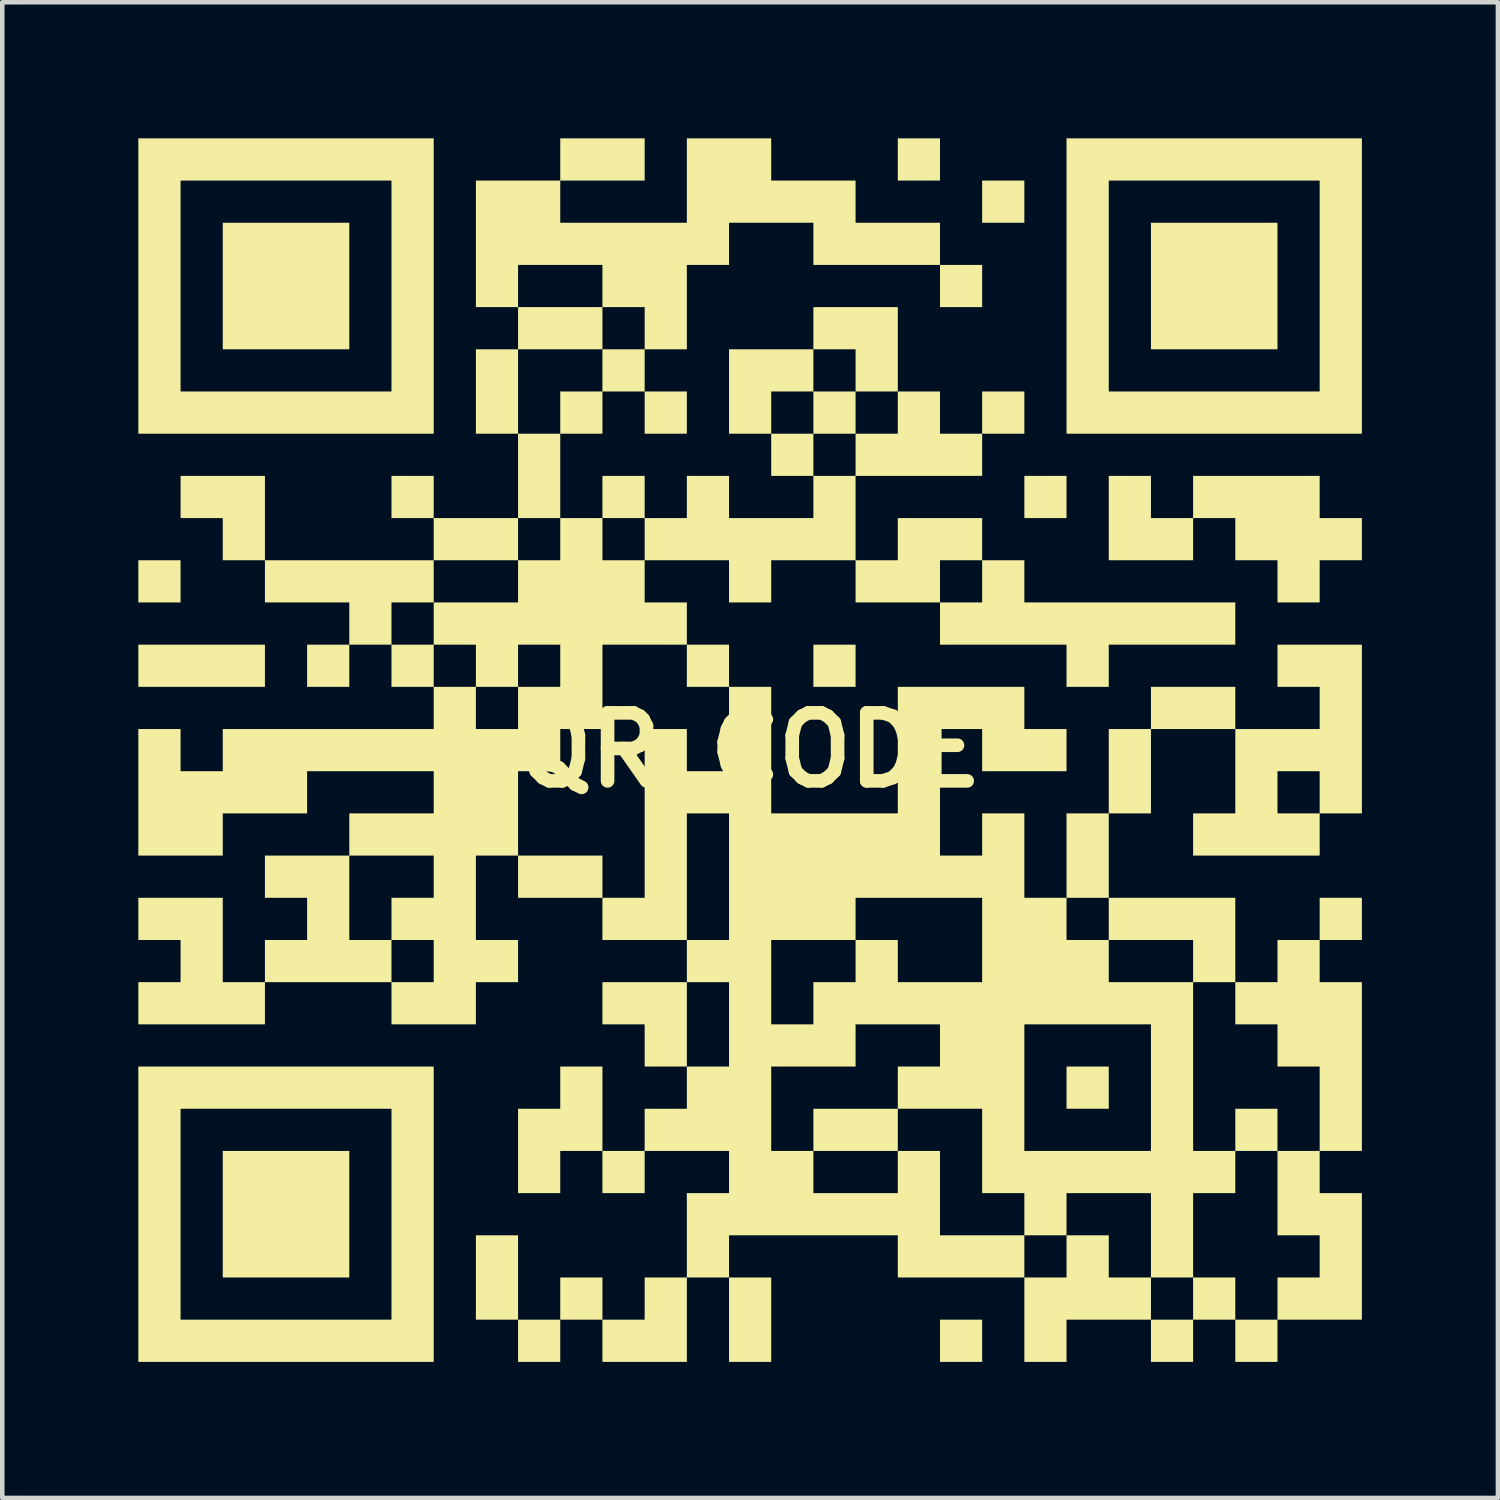
<source format=kicad_pcb>
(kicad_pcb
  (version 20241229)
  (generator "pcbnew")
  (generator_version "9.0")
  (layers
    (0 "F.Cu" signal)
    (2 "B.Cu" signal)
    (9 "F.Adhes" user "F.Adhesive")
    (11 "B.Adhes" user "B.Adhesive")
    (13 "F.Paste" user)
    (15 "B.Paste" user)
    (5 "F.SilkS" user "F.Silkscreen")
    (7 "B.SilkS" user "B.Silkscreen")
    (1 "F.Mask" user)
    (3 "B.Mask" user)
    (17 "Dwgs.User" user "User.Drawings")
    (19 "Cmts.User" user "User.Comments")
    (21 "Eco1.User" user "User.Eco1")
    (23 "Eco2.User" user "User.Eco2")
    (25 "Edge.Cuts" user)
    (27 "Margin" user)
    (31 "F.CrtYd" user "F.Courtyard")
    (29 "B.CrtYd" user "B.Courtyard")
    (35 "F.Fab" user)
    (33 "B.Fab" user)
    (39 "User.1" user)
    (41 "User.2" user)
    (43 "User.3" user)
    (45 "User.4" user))
  (footprint "QR_CODE"
    (layer "F.Cu")
    (at 13.488 13.488)
    (property "Reference" "QR_CODE" (at 0 0 0) (layer "F.SilkS") (effects (font (size 1.5 1.5) (thickness 0.3))))
    (attr board_only exclude_from_pos_files exclude_from_bom)
    (fp_poly (pts (xy -12.557 -3.721) (xy -12.557 -3.256) (xy -13.023 -3.256) (xy -13.488 -3.256) (xy -13.488 -3.721) (xy -13.488 -4.186) (xy -13.023 -4.186) (xy -12.557 -4.186)) (stroke (width 0) (type solid)) (fill yes) (layer "F.SilkS"))
    (fp_poly (pts (xy -10.697 -1.86) (xy -10.697 -1.395) (xy -12.092 -1.395) (xy -13.488 -1.395) (xy -13.488 -1.86) (xy -13.488 -2.325) (xy -12.092 -2.325) (xy -10.697 -2.325)) (stroke (width 0) (type solid)) (fill yes) (layer "F.SilkS"))
    (fp_poly (pts (xy -8.837 -10.232) (xy -8.837 -8.837) (xy -10.232 -8.837) (xy -11.627 -8.837) (xy -11.627 -10.232) (xy -11.627 -11.627) (xy -10.232 -11.627) (xy -8.837 -11.627)) (stroke (width 0) (type solid)) (fill yes) (layer "F.SilkS"))
    (fp_poly (pts (xy -8.837 10.232) (xy -8.837 11.627) (xy -10.232 11.627) (xy -11.627 11.627) (xy -11.627 10.232) (xy -11.627 8.837) (xy -10.232 8.837) (xy -8.837 8.837)) (stroke (width 0) (type solid)) (fill yes) (layer "F.SilkS"))
    (fp_poly (pts (xy -1.395 -7.441) (xy -1.395 -6.976) (xy -1.86 -6.976) (xy -2.325 -6.976) (xy -2.325 -7.441) (xy -2.325 -7.907) (xy -1.86 -7.907) (xy -1.395 -7.907)) (stroke (width 0) (type solid)) (fill yes) (layer "F.SilkS"))
    (fp_poly (pts (xy -0.465 -1.86) (xy -0.465 -1.395) (xy -0.93 -1.395) (xy -1.395 -1.395) (xy -1.395 -1.86) (xy -1.395 -2.325) (xy -0.93 -2.325) (xy -0.465 -2.325)) (stroke (width 0) (type solid)) (fill yes) (layer "F.SilkS"))
    (fp_poly (pts (xy 0.465 12.557) (xy 0.465 13.488) (xy 0 13.488) (xy -0.465 13.488) (xy -0.465 12.557) (xy -0.465 11.627) (xy 0 11.627) (xy 0.465 11.627)) (stroke (width 0) (type solid)) (fill yes) (layer "F.SilkS"))
    (fp_poly (pts (xy 2.325 -7.441) (xy 2.325 -6.976) (xy 1.86 -6.976) (xy 1.395 -6.976) (xy 1.395 -7.441) (xy 1.395 -7.907) (xy 1.86 -7.907) (xy 2.325 -7.907)) (stroke (width 0) (type solid)) (fill yes) (layer "F.SilkS"))
    (fp_poly (pts (xy 2.325 -1.86) (xy 2.325 -1.395) (xy 1.86 -1.395) (xy 1.395 -1.395) (xy 1.395 -1.86) (xy 1.395 -2.325) (xy 1.86 -2.325) (xy 2.325 -2.325)) (stroke (width 0) (type solid)) (fill yes) (layer "F.SilkS"))
    (fp_poly (pts (xy 3.256 8.372) (xy 3.256 8.837) (xy 2.325 8.837) (xy 1.395 8.837) (xy 1.395 8.372) (xy 1.395 7.907) (xy 2.325 7.907) (xy 3.256 7.907)) (stroke (width 0) (type solid)) (fill yes) (layer "F.SilkS"))
    (fp_poly (pts (xy 4.186 -13.023) (xy 4.186 -12.557) (xy 3.721 -12.557) (xy 3.256 -12.557) (xy 3.256 -13.023) (xy 3.256 -13.488) (xy 3.721 -13.488) (xy 4.186 -13.488)) (stroke (width 0) (type solid)) (fill yes) (layer "F.SilkS"))
    (fp_poly (pts (xy 5.116 -10.232) (xy 5.116 -9.767) (xy 4.651 -9.767) (xy 4.186 -9.767) (xy 4.186 -10.232) (xy 4.186 -10.697) (xy 4.651 -10.697) (xy 5.116 -10.697)) (stroke (width 0) (type solid)) (fill yes) (layer "F.SilkS"))
    (fp_poly (pts (xy 5.116 13.023) (xy 5.116 13.488) (xy 4.651 13.488) (xy 4.186 13.488) (xy 4.186 13.023) (xy 4.186 12.557) (xy 4.651 12.557) (xy 5.116 12.557)) (stroke (width 0) (type solid)) (fill yes) (layer "F.SilkS"))
    (fp_poly (pts (xy 6.046 -12.092) (xy 6.046 -11.627) (xy 5.581 -11.627) (xy 5.116 -11.627) (xy 5.116 -12.092) (xy 5.116 -12.557) (xy 5.581 -12.557) (xy 6.046 -12.557)) (stroke (width 0) (type solid)) (fill yes) (layer "F.SilkS"))
    (fp_poly (pts (xy 6.976 -5.581) (xy 6.976 -5.116) (xy 6.511 -5.116) (xy 6.046 -5.116) (xy 6.046 -5.581) (xy 6.046 -6.046) (xy 6.511 -6.046) (xy 6.976 -6.046)) (stroke (width 0) (type solid)) (fill yes) (layer "F.SilkS"))
    (fp_poly (pts (xy 7.907 7.441) (xy 7.907 7.907) (xy 7.441 7.907) (xy 6.976 7.907) (xy 6.976 7.441) (xy 6.976 6.976) (xy 7.441 6.976) (xy 7.907 6.976)) (stroke (width 0) (type solid)) (fill yes) (layer "F.SilkS"))
    (fp_poly (pts (xy 11.627 -10.232) (xy 11.627 -8.837) (xy 10.232 -8.837) (xy 8.837 -8.837) (xy 8.837 -10.232) (xy 8.837 -11.627) (xy 10.232 -11.627) (xy 11.627 -11.627)) (stroke (width 0) (type solid)) (fill yes) (layer "F.SilkS"))
    (fp_poly (pts (xy 11.627 8.372) (xy 11.627 8.837) (xy 11.162 8.837) (xy 10.697 8.837) (xy 10.697 8.372) (xy 10.697 7.907) (xy 11.162 7.907) (xy 11.627 7.907)) (stroke (width 0) (type solid)) (fill yes) (layer "F.SilkS"))
    (fp_poly (pts (xy -6.976 -10.232) (xy -6.976 -6.976) (xy -10.232 -6.976) (xy -13.488 -6.976) (xy -13.488 -10.232) (xy -13.488 -12.557) (xy -12.557 -12.557) (xy -12.557 -10.232) (xy -12.557 -7.907) (xy -10.232 -7.907) (xy -7.907 -7.907) (xy -7.907 -10.232) (xy -7.907 -12.557) (xy -10.232 -12.557) (xy -12.557 -12.557) (xy -13.488 -12.557) (xy -13.488 -13.488) (xy -10.232 -13.488) (xy -6.976 -13.488)) (stroke (width 0) (type solid)) (fill yes) (layer "F.SilkS"))
    (fp_poly (pts (xy -6.976 10.232) (xy -6.976 13.488) (xy -10.232 13.488) (xy -13.488 13.488) (xy -13.488 10.232) (xy -13.488 7.907) (xy -12.557 7.907) (xy -12.557 10.232) (xy -12.557 12.557) (xy -10.232 12.557) (xy -7.907 12.557) (xy -7.907 10.232) (xy -7.907 7.907) (xy -10.232 7.907) (xy -12.557 7.907) (xy -13.488 7.907) (xy -13.488 6.976) (xy -10.232 6.976) (xy -6.976 6.976)) (stroke (width 0) (type solid)) (fill yes) (layer "F.SilkS"))
    (fp_poly (pts (xy 13.488 -10.232) (xy 13.488 -6.976) (xy 10.232 -6.976) (xy 6.976 -6.976) (xy 6.976 -10.232) (xy 6.976 -12.557) (xy 7.907 -12.557) (xy 7.907 -10.232) (xy 7.907 -7.907) (xy 10.232 -7.907) (xy 12.557 -7.907) (xy 12.557 -10.232) (xy 12.557 -12.557) (xy 10.232 -12.557) (xy 7.907 -12.557) (xy 6.976 -12.557) (xy 6.976 -13.488) (xy 10.232 -13.488) (xy 13.488 -13.488)) (stroke (width 0) (type solid)) (fill yes) (layer "F.SilkS"))
    (fp_poly (pts (xy 3.256 -8.837) (xy 3.256 -7.907) (xy 2.791 -7.907) (xy 2.325 -7.907) (xy 2.325 -8.372) (xy 2.325 -8.837) (xy 1.86 -8.837) (xy 1.395 -8.837) (xy 1.395 -8.372) (xy 1.395 -7.907) (xy 0.93 -7.907) (xy 0.465 -7.907) (xy 0.465 -7.441) (xy 0.465 -6.976) (xy 0 -6.976) (xy -0.465 -6.976) (xy -0.465 -7.907) (xy -0.465 -8.837) (xy 0.465 -8.837) (xy 1.395 -8.837) (xy 1.395 -9.302) (xy 1.395 -9.767) (xy 2.325 -9.767) (xy 3.256 -9.767)) (stroke (width 0) (type solid)) (fill yes) (layer "F.SilkS"))
    (fp_poly (pts (xy 8.837 -5.581) (xy 8.837 -5.116) (xy 9.302 -5.116) (xy 9.767 -5.116) (xy 9.767 -5.581) (xy 9.767 -6.046) (xy 11.162 -6.046) (xy 12.557 -6.046) (xy 12.557 -5.581) (xy 12.557 -5.116) (xy 13.023 -5.116) (xy 13.488 -5.116) (xy 13.488 -4.651) (xy 13.488 -4.186) (xy 13.023 -4.186) (xy 12.557 -4.186) (xy 12.557 -3.721) (xy 12.557 -3.256) (xy 12.092 -3.256) (xy 11.627 -3.256) (xy 11.627 -3.721) (xy 11.627 -4.186) (xy 11.162 -4.186) (xy 10.697 -4.186) (xy 10.697 -4.651) (xy 10.697 -5.116) (xy 10.232 -5.116) (xy 9.767 -5.116) (xy 9.767 -4.651) (xy 9.767 -4.186) (xy 8.837 -4.186) (xy 7.907 -4.186) (xy 7.907 -5.116) (xy 7.907 -6.046) (xy 8.372 -6.046) (xy 8.837 -6.046)) (stroke (width 0) (type solid)) (fill yes) (layer "F.SilkS"))
    (fp_poly (pts (xy -2.325 -13.023) (xy -2.325 -12.557) (xy -3.256 -12.557) (xy -4.186 -12.557) (xy -4.186 -12.092) (xy -4.186 -11.627) (xy -2.791 -11.627) (xy -1.395 -11.627) (xy -1.395 -12.557) (xy -1.395 -13.488) (xy -0.465 -13.488) (xy 0.465 -13.488) (xy 0.465 -13.023) (xy 0.465 -12.557) (xy 1.395 -12.557) (xy 2.325 -12.557) (xy 2.325 -12.092) (xy 2.325 -11.627) (xy 3.256 -11.627) (xy 4.186 -11.627) (xy 4.186 -11.162) (xy 4.186 -10.697) (xy 2.791 -10.697) (xy 1.395 -10.697) (xy 1.395 -11.162) (xy 1.395 -11.627) (xy 0.465 -11.627) (xy -0.465 -11.627) (xy -0.465 -11.162) (xy -0.465 -10.697) (xy -0.93 -10.697) (xy -1.395 -10.697) (xy -1.395 -9.767) (xy -1.395 -8.837) (xy -1.86 -8.837) (xy -2.325 -8.837) (xy -2.325 -8.372) (xy -2.325 -7.907) (xy -2.791 -7.907) (xy -3.256 -7.907) (xy -3.256 -7.441) (xy -3.256 -6.976) (xy -3.721 -6.976) (xy -4.186 -6.976) (xy -4.186 -6.046) (xy -4.186 -5.116) (xy -3.721 -5.116) (xy -3.256 -5.116) (xy -3.256 -4.651) (xy -3.256 -4.186) (xy -2.791 -4.186) (xy -2.325 -4.186) (xy -2.325 -4.651) (xy -2.325 -5.116) (xy -2.791 -5.116) (xy -3.256 -5.116) (xy -3.256 -5.581) (xy -3.256 -6.046) (xy -2.791 -6.046) (xy -2.325 -6.046) (xy -2.325 -5.581) (xy -2.325 -5.116) (xy -1.86 -5.116) (xy -1.395 -5.116) (xy -1.395 -5.581) (xy -1.395 -6.046) (xy -0.93 -6.046) (xy -0.465 -6.046) (xy -0.465 -5.581) (xy -0.465 -5.116) (xy 0.465 -5.116) (xy 1.395 -5.116) (xy 1.395 -5.581) (xy 1.395 -6.046) (xy 0.93 -6.046) (xy 0.465 -6.046) (xy 0.465 -6.511) (xy 0.465 -6.976) (xy 0.93 -6.976) (xy 1.395 -6.976) (xy 1.395 -6.511) (xy 1.395 -6.046) (xy 1.86 -6.046) (xy 2.325 -6.046) (xy 2.325 -6.511) (xy 2.325 -6.976) (xy 2.791 -6.976) (xy 3.256 -6.976) (xy 3.256 -7.441) (xy 3.256 -7.907) (xy 3.721 -7.907) (xy 4.186 -7.907) (xy 4.186 -7.441) (xy 4.186 -6.976) (xy 4.651 -6.976) (xy 5.116 -6.976) (xy 5.116 -7.441) (xy 5.116 -7.907) (xy 5.581 -7.907) (xy 6.046 -7.907) (xy 6.046 -7.441) (xy 6.046 -6.976) (xy 5.581 -6.976) (xy 5.116 -6.976) (xy 5.116 -6.511) (xy 5.116 -6.046) (xy 3.721 -6.046) (xy 2.325 -6.046) (xy 2.325 -5.116) (xy 2.325 -4.186) (xy 2.791 -4.186) (xy 3.256 -4.186) (xy 3.256 -4.651) (xy 3.256 -5.116) (xy 4.186 -5.116) (xy 5.116 -5.116) (xy 5.116 -4.651) (xy 5.116 -4.186) (xy 4.651 -4.186) (xy 4.186 -4.186) (xy 4.186 -3.721) (xy 4.186 -3.256) (xy 4.651 -3.256) (xy 5.116 -3.256) (xy 5.116 -3.721) (xy 5.116 -4.186) (xy 5.581 -4.186) (xy 6.046 -4.186) (xy 6.046 -3.721) (xy 6.046 -3.256) (xy 8.372 -3.256) (xy 10.697 -3.256) (xy 10.697 -2.791) (xy 10.697 -2.325) (xy 9.302 -2.325) (xy 7.907 -2.325) (xy 7.907 -1.86) (xy 7.907 -1.395) (xy 7.441 -1.395) (xy 6.976 -1.395) (xy 6.976 -1.86) (xy 6.976 -2.325) (xy 5.581 -2.325) (xy 4.186 -2.325) (xy 4.186 -2.791) (xy 4.186 -3.256) (xy 3.256 -3.256) (xy 2.325 -3.256) (xy 2.325 -3.721) (xy 2.325 -4.186) (xy 1.395 -4.186) (xy 0.465 -4.186) (xy 0.465 -3.721) (xy 0.465 -3.256) (xy 0 -3.256) (xy -0.465 -3.256) (xy -0.465 -3.721) (xy -0.465 -4.186) (xy -1.395 -4.186) (xy -2.325 -4.186) (xy -2.325 -3.721) (xy -2.325 -3.256) (xy -1.86 -3.256) (xy -1.395 -3.256) (xy -1.395 -2.791) (xy -1.395 -2.325) (xy -2.325 -2.325) (xy -3.256 -2.325) (xy -3.256 -1.395) (xy -3.256 -0.465) (xy -3.721 -0.465) (xy -4.186 -0.465) (xy -4.186 0) (xy -4.186 0.465) (xy -4.651 0.465) (xy -5.116 0.465) (xy -5.116 1.395) (xy -5.116 2.325) (xy -5.581 2.325) (xy -6.046 2.325) (xy -6.046 3.256) (xy -6.046 4.186) (xy -5.581 4.186) (xy -5.116 4.186) (xy -5.116 4.651) (xy -5.116 5.116) (xy -5.581 5.116) (xy -6.046 5.116) (xy -6.046 5.581) (xy -6.046 6.046) (xy -6.976 6.046) (xy -7.907 6.046) (xy -7.907 5.581) (xy -7.907 5.116) (xy -9.302 5.116) (xy -10.697 5.116) (xy -10.697 5.581) (xy -10.697 6.046) (xy -12.092 6.046) (xy -13.488 6.046) (xy -13.488 5.581) (xy -13.488 5.116) (xy -13.023 5.116) (xy -12.557 5.116) (xy -12.557 4.651) (xy -12.557 4.186) (xy -13.023 4.186) (xy -13.488 4.186) (xy -13.488 3.721) (xy -13.488 3.256) (xy -12.557 3.256) (xy -11.627 3.256) (xy -11.627 4.186) (xy -11.627 5.116) (xy -11.162 5.116) (xy -10.697 5.116) (xy -10.697 4.651) (xy -10.697 4.186) (xy -10.232 4.186) (xy -9.767 4.186) (xy -9.767 3.721) (xy -9.767 3.256) (xy -10.232 3.256) (xy -10.697 3.256) (xy -10.697 2.791) (xy -10.697 2.325) (xy -9.767 2.325) (xy -8.837 2.325) (xy -8.837 3.256) (xy -8.837 4.186) (xy -8.372 4.186) (xy -7.907 4.186) (xy -7.907 4.651) (xy -7.907 5.116) (xy -7.441 5.116) (xy -6.976 5.116) (xy -6.976 4.651) (xy -6.976 4.186) (xy -7.441 4.186) (xy -7.907 4.186) (xy -7.907 3.721) (xy -7.907 3.256) (xy -7.441 3.256) (xy -6.976 3.256) (xy -6.976 2.791) (xy -6.976 2.325) (xy -7.907 2.325) (xy -8.837 2.325) (xy -8.837 1.86) (xy -8.837 1.395) (xy -7.907 1.395) (xy -6.976 1.395) (xy -6.976 0.93) (xy -6.976 0.465) (xy -8.372 0.465) (xy -9.767 0.465) (xy -9.767 0.93) (xy -9.767 1.395) (xy -10.697 1.395) (xy -11.627 1.395) (xy -11.627 1.86) (xy -11.627 2.325) (xy -12.557 2.325) (xy -13.488 2.325) (xy -13.488 0.93) (xy -13.488 -0.465) (xy -13.023 -0.465) (xy -12.557 -0.465) (xy -12.557 0) (xy -12.557 0.465) (xy -12.092 0.465) (xy -11.627 0.465) (xy -11.627 0) (xy -11.627 -0.465) (xy -9.302 -0.465) (xy -6.976 -0.465) (xy -6.976 -0.93) (xy -6.976 -1.395) (xy -6.511 -1.395) (xy -6.046 -1.395) (xy -6.046 -0.93) (xy -6.046 -0.465) (xy -5.581 -0.465) (xy -5.116 -0.465) (xy -5.116 -0.93) (xy -5.116 -1.395) (xy -4.651 -1.395) (xy -4.186 -1.395) (xy -4.186 -1.86) (xy -4.186 -2.325) (xy -4.651 -2.325) (xy -5.116 -2.325) (xy -5.116 -1.86) (xy -5.116 -1.395) (xy -5.581 -1.395) (xy -6.046 -1.395) (xy -6.046 -1.86) (xy -6.046 -2.325) (xy -6.511 -2.325) (xy -6.976 -2.325) (xy -6.976 -1.86) (xy -6.976 -1.395) (xy -7.441 -1.395) (xy -7.907 -1.395) (xy -7.907 -1.86) (xy -7.907 -2.325) (xy -7.441 -2.325) (xy -6.976 -2.325) (xy -6.976 -2.791) (xy -6.976 -3.256) (xy -6.046 -3.256) (xy -5.116 -3.256) (xy -5.116 -3.721) (xy -5.116 -4.186) (xy -4.651 -4.186) (xy -4.186 -4.186) (xy -4.186 -4.651) (xy -4.186 -5.116) (xy -4.651 -5.116) (xy -5.116 -5.116) (xy -5.116 -4.651) (xy -5.116 -4.186) (xy -6.046 -4.186) (xy -6.976 -4.186) (xy -6.976 -3.721) (xy -6.976 -3.256) (xy -7.441 -3.256) (xy -7.907 -3.256) (xy -7.907 -2.791) (xy -7.907 -2.325) (xy -8.372 -2.325) (xy -8.837 -2.325) (xy -8.837 -1.86) (xy -8.837 -1.395) (xy -9.302 -1.395) (xy -9.767 -1.395) (xy -9.767 -1.86) (xy -9.767 -2.325) (xy -9.302 -2.325) (xy -8.837 -2.325) (xy -8.837 -2.791) (xy -8.837 -3.256) (xy -9.767 -3.256) (xy -10.697 -3.256) (xy -10.697 -3.721) (xy -10.697 -4.186) (xy -11.162 -4.186) (xy -11.627 -4.186) (xy -11.627 -4.651) (xy -11.627 -5.116) (xy -12.092 -5.116) (xy -12.557 -5.116) (xy -12.557 -5.581) (xy -12.557 -6.046) (xy -11.627 -6.046) (xy -10.697 -6.046) (xy -10.697 -5.116) (xy -10.697 -4.186) (xy -8.837 -4.186) (xy -6.976 -4.186) (xy -6.976 -4.651) (xy -6.976 -5.116) (xy -7.441 -5.116) (xy -7.907 -5.116) (xy -7.907 -5.581) (xy -7.907 -6.046) (xy -7.441 -6.046) (xy -6.976 -6.046) (xy -6.976 -5.581) (xy -6.976 -5.116) (xy -6.046 -5.116) (xy -5.116 -5.116) (xy -5.116 -6.046) (xy -5.116 -6.976) (xy -4.651 -6.976) (xy -4.186 -6.976) (xy -4.186 -7.441) (xy -4.186 -7.907) (xy -3.721 -7.907) (xy -3.256 -7.907) (xy -3.256 -8.372) (xy -3.256 -8.837) (xy -2.791 -8.837) (xy -2.325 -8.837) (xy -2.325 -9.302) (xy -2.325 -9.767) (xy -2.791 -9.767) (xy -3.256 -9.767) (xy -3.256 -9.302) (xy -3.256 -8.837) (xy -4.186 -8.837) (xy -5.116 -8.837) (xy -5.116 -7.907) (xy -5.116 -6.976) (xy -5.581 -6.976) (xy -6.046 -6.976) (xy -6.046 -7.907) (xy -6.046 -8.837) (xy -5.581 -8.837) (xy -5.116 -8.837) (xy -5.116 -9.302) (xy -5.116 -9.767) (xy -5.581 -9.767) (xy -6.046 -9.767) (xy -6.046 -10.697) (xy -5.116 -10.697) (xy -5.116 -10.232) (xy -5.116 -9.767) (xy -4.186 -9.767) (xy -3.256 -9.767) (xy -3.256 -10.232) (xy -3.256 -10.697) (xy -4.186 -10.697) (xy -5.116 -10.697) (xy -6.046 -10.697) (xy -6.046 -11.162) (xy -6.046 -12.557) (xy -5.116 -12.557) (xy -4.186 -12.557) (xy -4.186 -13.023) (xy -4.186 -13.488) (xy -3.256 -13.488) (xy -2.325 -13.488)) (stroke (width 0) (type solid)) (fill yes) (layer "F.SilkS"))
    (fp_poly (pts (xy 13.488 -0.465) (xy 13.488 1.395) (xy 13.023 1.395) (xy 12.557 1.395) (xy 12.557 1.86) (xy 12.557 2.325) (xy 11.162 2.325) (xy 9.767 2.325) (xy 9.767 1.86) (xy 9.767 1.395) (xy 10.232 1.395) (xy 10.697 1.395) (xy 10.697 0.465) (xy 11.627 0.465) (xy 11.627 0.93) (xy 11.627 1.395) (xy 12.092 1.395) (xy 12.557 1.395) (xy 12.557 0.93) (xy 12.557 0.465) (xy 12.092 0.465) (xy 11.627 0.465) (xy 10.697 0.465) (xy 10.697 -0.465) (xy 9.767 -0.465) (xy 8.837 -0.465) (xy 8.837 0.465) (xy 8.837 1.395) (xy 8.372 1.395) (xy 7.907 1.395) (xy 7.907 2.325) (xy 7.907 3.256) (xy 7.441 3.256) (xy 6.976 3.256) (xy 6.976 3.721) (xy 6.976 4.186) (xy 7.441 4.186) (xy 7.907 4.186) (xy 7.907 4.651) (xy 7.907 5.116) (xy 8.837 5.116) (xy 9.767 5.116) (xy 9.767 4.651) (xy 9.767 4.186) (xy 8.837 4.186) (xy 7.907 4.186) (xy 7.907 3.721) (xy 7.907 3.256) (xy 9.302 3.256) (xy 10.697 3.256) (xy 10.697 4.186) (xy 10.697 5.116) (xy 11.162 5.116) (xy 11.627 5.116) (xy 11.627 4.651) (xy 11.627 4.186) (xy 12.092 4.186) (xy 12.557 4.186) (xy 12.557 3.721) (xy 12.557 3.256) (xy 13.023 3.256) (xy 13.488 3.256) (xy 13.488 3.721) (xy 13.488 4.186) (xy 13.023 4.186) (xy 12.557 4.186) (xy 12.557 4.651) (xy 12.557 5.116) (xy 13.023 5.116) (xy 13.488 5.116) (xy 13.488 6.976) (xy 13.488 8.837) (xy 13.023 8.837) (xy 12.557 8.837) (xy 12.557 9.302) (xy 12.557 9.767) (xy 13.023 9.767) (xy 13.488 9.767) (xy 13.488 11.162) (xy 13.488 12.557) (xy 12.557 12.557) (xy 11.627 12.557) (xy 11.627 13.023) (xy 11.627 13.488) (xy 11.162 13.488) (xy 10.697 13.488) (xy 10.697 13.023) (xy 10.697 12.557) (xy 10.232 12.557) (xy 9.767 12.557) (xy 9.767 13.023) (xy 9.767 13.488) (xy 9.302 13.488) (xy 8.837 13.488) (xy 8.837 13.023) (xy 8.837 12.557) (xy 7.907 12.557) (xy 6.976 12.557) (xy 6.976 13.023) (xy 6.976 13.488) (xy 6.511 13.488) (xy 6.046 13.488) (xy 6.046 12.557) (xy 6.046 11.627) (xy 4.651 11.627) (xy 3.256 11.627) (xy 3.256 11.162) (xy 3.256 10.697) (xy 1.395 10.697) (xy -0.465 10.697) (xy -0.465 11.162) (xy -0.465 11.627) (xy -0.93 11.627) (xy -1.395 11.627) (xy -1.395 12.557) (xy -1.395 13.488) (xy -2.325 13.488) (xy -3.256 13.488) (xy -3.256 13.023) (xy -3.256 12.557) (xy -3.721 12.557) (xy -4.186 12.557) (xy -4.186 13.023) (xy -4.186 13.488) (xy -4.651 13.488) (xy -5.116 13.488) (xy -5.116 13.023) (xy -5.116 12.557) (xy -5.581 12.557) (xy -6.046 12.557) (xy -6.046 11.627) (xy -6.046 10.697) (xy -5.581 10.697) (xy -5.116 10.697) (xy -5.116 11.627) (xy -5.116 12.557) (xy -4.651 12.557) (xy -4.186 12.557) (xy -4.186 12.092) (xy -4.186 11.627) (xy -3.721 11.627) (xy -3.256 11.627) (xy -3.256 12.092) (xy -3.256 12.557) (xy -2.791 12.557) (xy -2.325 12.557) (xy -2.325 12.092) (xy -2.325 11.627) (xy -1.86 11.627) (xy -1.395 11.627) (xy -1.395 10.697) (xy -1.395 9.767) (xy -0.93 9.767) (xy -0.465 9.767) (xy -0.465 9.302) (xy -0.465 8.837) (xy 0.465 8.837) (xy 0.93 8.837) (xy 1.395 8.837) (xy 1.395 9.302) (xy 1.395 9.767) (xy 2.325 9.767) (xy 3.256 9.767) (xy 3.256 9.302) (xy 3.256 8.837) (xy 3.721 8.837) (xy 4.186 8.837) (xy 4.186 9.767) (xy 4.186 10.697) (xy 5.116 10.697) (xy 6.046 10.697) (xy 6.046 11.162) (xy 6.046 11.627) (xy 6.511 11.627) (xy 6.976 11.627) (xy 6.976 11.162) (xy 6.976 10.697) (xy 7.441 10.697) (xy 7.907 10.697) (xy 7.907 11.162) (xy 7.907 11.627) (xy 8.372 11.627) (xy 8.837 11.627) (xy 8.837 12.092) (xy 8.837 12.557) (xy 9.302 12.557) (xy 9.767 12.557) (xy 9.767 12.092) (xy 9.767 11.627) (xy 10.232 11.627) (xy 10.697 11.627) (xy 10.697 12.092) (xy 10.697 12.557) (xy 11.162 12.557) (xy 11.627 12.557) (xy 11.627 12.092) (xy 11.627 11.627) (xy 12.092 11.627) (xy 12.557 11.627) (xy 12.557 11.162) (xy 12.557 10.697) (xy 12.092 10.697) (xy 11.627 10.697) (xy 11.627 9.767) (xy 11.627 8.837) (xy 12.092 8.837) (xy 12.557 8.837) (xy 12.557 7.907) (xy 12.557 6.976) (xy 12.092 6.976) (xy 11.627 6.976) (xy 11.627 6.511) (xy 11.627 6.046) (xy 11.162 6.046) (xy 10.697 6.046) (xy 10.697 5.581) (xy 10.697 5.116) (xy 10.232 5.116) (xy 9.767 5.116) (xy 9.767 6.976) (xy 9.767 8.837) (xy 10.232 8.837) (xy 10.697 8.837) (xy 10.697 9.302) (xy 10.697 9.767) (xy 10.232 9.767) (xy 9.767 9.767) (xy 9.767 10.697) (xy 9.767 11.627) (xy 9.302 11.627) (xy 8.837 11.627) (xy 8.837 10.697) (xy 8.837 9.767) (xy 7.907 9.767) (xy 6.976 9.767) (xy 6.976 10.232) (xy 6.976 10.697) (xy 6.511 10.697) (xy 6.046 10.697) (xy 6.046 10.232) (xy 6.046 9.767) (xy 5.581 9.767) (xy 5.116 9.767) (xy 5.116 8.837) (xy 5.116 7.907) (xy 4.186 7.907) (xy 3.256 7.907) (xy 3.256 7.441) (xy 3.256 6.976) (xy 3.721 6.976) (xy 4.186 6.976) (xy 4.186 6.511) (xy 4.186 6.046) (xy 6.046 6.046) (xy 6.046 7.441) (xy 6.046 8.837) (xy 7.441 8.837) (xy 8.837 8.837) (xy 8.837 7.441) (xy 8.837 6.046) (xy 7.441 6.046) (xy 6.046 6.046) (xy 4.186 6.046) (xy 3.256 6.046) (xy 2.325 6.046) (xy 2.325 6.511) (xy 2.325 6.976) (xy 1.395 6.976) (xy 0.465 6.976) (xy 0.465 7.907) (xy 0.465 8.837) (xy -0.465 8.837) (xy -1.395 8.837) (xy -2.325 8.837) (xy -2.325 9.302) (xy -2.325 9.767) (xy -2.791 9.767) (xy -3.256 9.767) (xy -3.256 9.302) (xy -3.256 8.837) (xy -3.721 8.837) (xy -4.186 8.837) (xy -4.186 9.302) (xy -4.186 9.767) (xy -4.651 9.767) (xy -5.116 9.767) (xy -5.116 8.837) (xy -5.116 7.907) (xy -4.651 7.907) (xy -4.186 7.907) (xy -4.186 7.441) (xy -4.186 6.976) (xy -3.721 6.976) (xy -3.256 6.976) (xy -3.256 7.907) (xy -3.256 8.837) (xy -2.791 8.837) (xy -2.325 8.837) (xy -2.325 8.372) (xy -2.325 7.907) (xy -1.86 7.907) (xy -1.395 7.907) (xy -1.395 7.441) (xy -1.395 6.976) (xy -1.86 6.976) (xy -2.325 6.976) (xy -2.325 6.511) (xy -2.325 6.046) (xy -2.791 6.046) (xy -3.256 6.046) (xy -3.256 5.581) (xy -3.256 5.116) (xy -2.325 5.116) (xy -1.395 5.116) (xy -1.395 6.046) (xy -1.395 6.976) (xy -0.93 6.976) (xy -0.465 6.976) (xy -0.465 6.046) (xy 0.465 6.046) (xy 0.93 6.046) (xy 1.395 6.046) (xy 1.395 5.581) (xy 1.395 5.116) (xy 1.86 5.116) (xy 2.325 5.116) (xy 2.325 4.651) (xy 2.325 4.186) (xy 2.791 4.186) (xy 3.256 4.186) (xy 3.256 4.651) (xy 3.256 5.116) (xy 4.186 5.116) (xy 5.116 5.116) (xy 5.116 4.186) (xy 5.116 3.256) (xy 3.721 3.256) (xy 2.325 3.256) (xy 2.325 3.721) (xy 2.325 4.186) (xy 1.395 4.186) (xy 0.465 4.186) (xy 0.465 5.116) (xy 0.465 6.046) (xy -0.465 6.046) (xy -0.465 5.116) (xy -0.93 5.116) (xy -1.395 5.116) (xy -1.395 4.651) (xy -1.395 4.186) (xy -2.325 4.186) (xy -3.256 4.186) (xy -3.256 3.721) (xy -3.256 3.256) (xy -4.186 3.256) (xy -5.116 3.256) (xy -5.116 2.791) (xy -5.116 2.325) (xy -4.186 2.325) (xy -3.256 2.325) (xy -3.256 2.791) (xy -3.256 3.256) (xy -2.791 3.256) (xy -2.325 3.256) (xy -2.325 1.395) (xy -1.395 1.395) (xy -1.395 2.791) (xy -1.395 4.186) (xy -0.93 4.186) (xy -0.465 4.186) (xy -0.465 2.791) (xy -0.465 1.395) (xy -0.93 1.395) (xy -1.395 1.395) (xy -2.325 1.395) (xy -2.325 -0.465) (xy -1.86 -0.465) (xy -1.395 -0.465) (xy -1.395 0) (xy -1.395 0.465) (xy -0.93 0.465) (xy -0.465 0.465) (xy -0.465 -0.465) (xy -0.465 -1.395) (xy 0 -1.395) (xy 0.465 -1.395) (xy 0.465 0) (xy 0.465 1.395) (xy 1.86 1.395) (xy 3.256 1.395) (xy 3.256 0) (xy 3.256 -1.395) (xy 4.651 -1.395) (xy 6.046 -1.395) (xy 6.046 -0.93) (xy 6.046 -0.465) (xy 6.511 -0.465) (xy 6.976 -0.465) (xy 6.976 0) (xy 6.976 0.465) (xy 6.046 0.465) (xy 5.116 0.465) (xy 5.116 0) (xy 5.116 -0.465) (xy 4.651 -0.465) (xy 4.186 -0.465) (xy 4.186 0.93) (xy 4.186 2.325) (xy 4.651 2.325) (xy 5.116 2.325) (xy 5.116 1.86) (xy 5.116 1.395) (xy 5.581 1.395) (xy 6.046 1.395) (xy 6.046 2.325) (xy 6.046 3.256) (xy 6.511 3.256) (xy 6.976 3.256) (xy 6.976 2.325) (xy 6.976 1.395) (xy 7.441 1.395) (xy 7.907 1.395) (xy 7.907 0.465) (xy 7.907 -0.465) (xy 8.372 -0.465) (xy 8.837 -0.465) (xy 8.837 -0.93) (xy 8.837 -1.395) (xy 9.767 -1.395) (xy 10.697 -1.395) (xy 10.697 -0.93) (xy 10.697 -0.465) (xy 11.627 -0.465) (xy 12.557 -0.465) (xy 12.557 -0.93) (xy 12.557 -1.395) (xy 12.092 -1.395) (xy 11.627 -1.395) (xy 11.627 -1.86) (xy 11.627 -2.325) (xy 12.557 -2.325) (xy 13.488 -2.325)) (stroke (width 0) (type solid)) (fill yes) (layer "F.SilkS")))
  (gr_rect
    (start -3 -3)
    (end 29.975 29.975)
    (stroke (width 0.1) (type default))
    (fill no)
    (layer "Edge.Cuts")))
</source>
